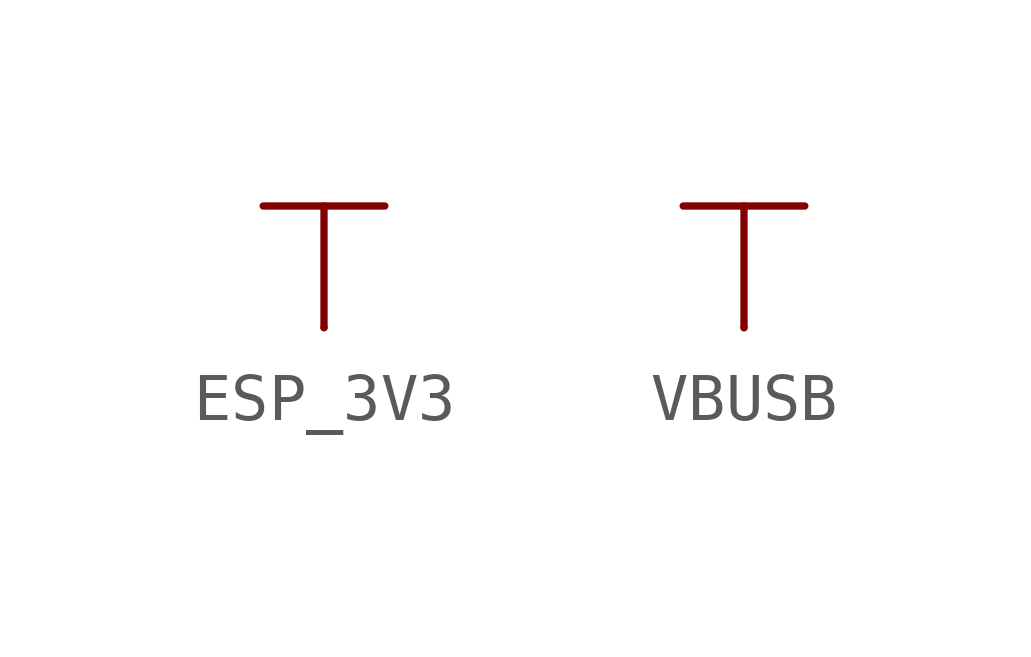
<source format=kicad_sym>
(kicad_symbol_lib
  (version 20231120)
  (generator "kicad_symbol_editor")
  (generator_version "8.0")
  (symbol "ESP_3V3"
    (power)
    (pin_numbers hide)
    (pin_names hide)
    (property "Reference" "#PWR"
      (at 0 0 0)
      (effects (font (size 1.27 1.27)) (hide yes)))
    (symbol "ESP_3V3_1_0"
      (polyline (pts (xy -1.27 2.54) (xy 1.27 2.54)) (stroke (width 0) (type default)) (fill (type none)))
      (polyline (pts (xy 0 2.54) (xy 0 0)) (stroke (width 0) (type default)) (fill (type none)))
      (pin power_in line (at 0 0 0) (length 0) (name "" (effects (font (size 1.27 1.27)))) (number "1" (effects (font (size 0 0)))))))
  (symbol "VBUSB"
    (power)
    (pin_numbers hide)
    (pin_names hide)
    (property "Reference" "#PWR"
      (at 0 0 0)
      (effects (font (size 1.27 1.27)) (hide yes)))
    (symbol "VBUSB_1_0"
      (polyline (pts (xy -1.27 2.54) (xy 1.27 2.54)) (stroke (width 0) (type default)) (fill (type none)))
      (polyline (pts (xy 0 2.54) (xy 0 0)) (stroke (width 0) (type default)) (fill (type none)))
      (pin power_in line (at 0 0 0) (length 0) (name "" (effects (font (size 1.27 1.27)))) (number "1" (effects (font (size 0 0))))))))
</source>
